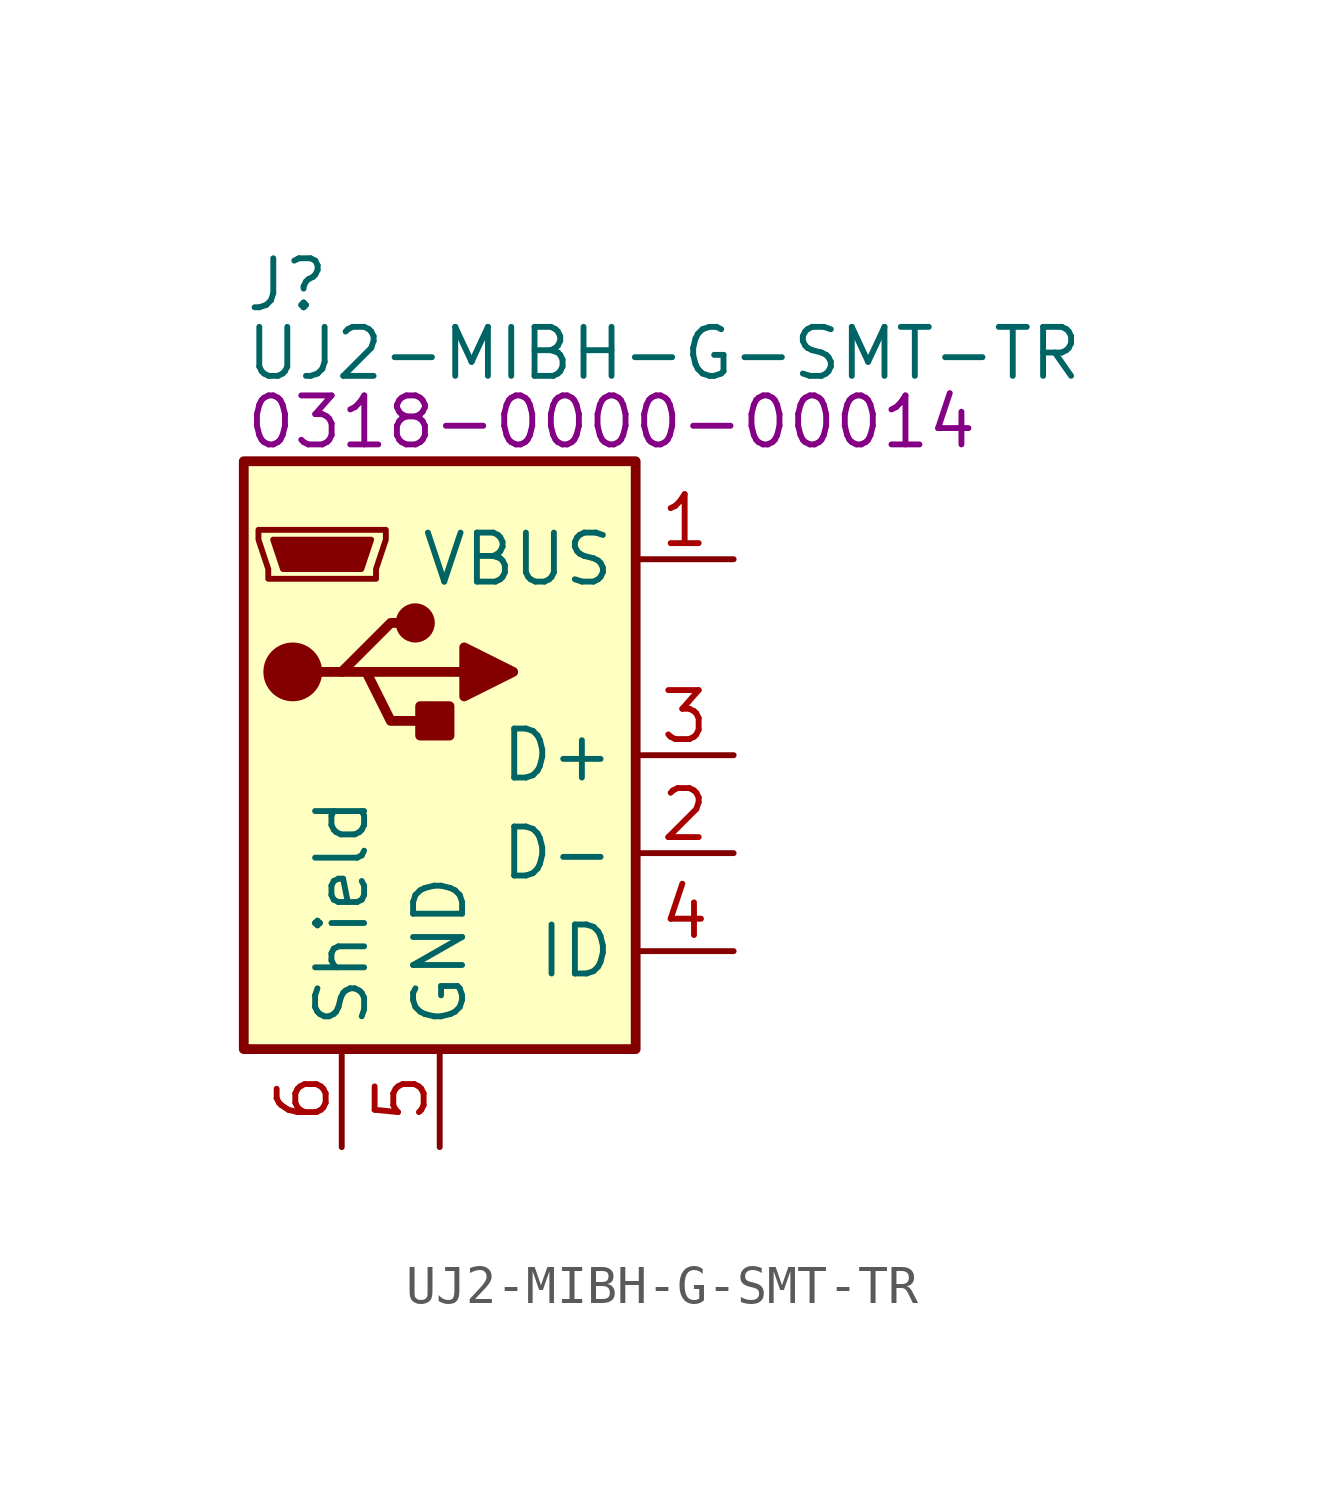
<source format=kicad_sym>
(kicad_symbol_lib
  (version 20231120)
  (generator "kicad_symbol_editor")
  (generator_version "8.0")
  (symbol "UJ2-MIBH-G-SMT-TR"
    (property "Reference" "J"
      (at 0 4.572 0)
      (effects (font (size 1.27 1.27)) (justify left)))
    (property "Value" "UJ2-MIBH-G-SMT-TR"
      (at 0 2.794 0)
      (effects (font (size 1.27 1.27)) (justify left)))
    (property "PartNumber" "0318-0000-00014"
      (at 0 1.016 0)
      (effects (font (size 1.27 1.27)) (justify left)))
    (symbol "UJ2-MIBH-G-SMT-TR_0_1"
      (polyline (pts (xy 3.175 -5.461) (xy 5.715 -5.461)) (stroke (width 0.254) (type default)) (fill (type none)))
      (polyline (pts (xy 1.905 -5.461) (xy 2.54 -5.461) (xy 3.81 -4.191) (xy 4.445 -4.191)) (stroke (width 0.254) (type default)) (fill (type none)))
      (polyline (pts (xy 2.54 -5.461) (xy 3.175 -5.461) (xy 3.81 -6.731) (xy 5.08 -6.731)) (stroke (width 0.254) (type default)) (fill (type none)))
      (polyline (pts (xy 5.715 -4.826) (xy 5.715 -6.096) (xy 6.985 -5.461) (xy 5.715 -4.826)) (stroke (width 0.254) (type default)) (fill (type outline)))
      (polyline (pts (xy 0.762 -2.032) (xy 3.302 -2.032) (xy 3.048 -2.794) (xy 1.016 -2.794) (xy 0.762 -2.032)) (stroke (width 0) (type default)) (fill (type outline)))
      (polyline (pts (xy 0.381 -1.778) (xy 0.381 -2.032) (xy 0.635 -2.794) (xy 0.635 -3.048) (xy 3.429 -3.048) (xy 3.429 -2.794) (xy 3.683 -2.032) (xy 3.683 -1.778) (xy 0.381 -1.778)) (stroke (width 0) (type default)) (fill (type none)))
      (rectangle (start 0 0) (end 10.16 -15.24) (stroke (width 0.254) (type default)) (fill (type background)))
      (circle (center 1.27 -5.461) (radius 0.635) (stroke (width 0.254) (type default)) (fill (type outline)))
      (circle (center 4.445 -4.191) (radius 0.381) (stroke (width 0.254) (type default)) (fill (type outline)))
      (rectangle (start 5.334 -6.35) (end 4.572 -7.112) (stroke (width 0.254) (type default)) (fill (type outline))))
    (symbol "UJ2-MIBH-G-SMT-TR_1_1"
      (pin power_out line (at 12.7 -2.54 180) (length 2.54) (name "VBUS" (effects (font (size 1.27 1.27)))) (number "1" (effects (font (size 1.27 1.27)))))
      (pin bidirectional line (at 12.7 -10.16 180) (length 2.54) (name "D-" (effects (font (size 1.27 1.27)))) (number "2" (effects (font (size 1.27 1.27)))))
      (pin bidirectional line (at 12.7 -7.62 180) (length 2.54) (name "D+" (effects (font (size 1.27 1.27)))) (number "3" (effects (font (size 1.27 1.27)))))
      (pin passive line (at 12.7 -12.7 180) (length 2.54) (name "ID" (effects (font (size 1.27 1.27)))) (number "4" (effects (font (size 1.27 1.27)))))
      (pin power_out line (at 5.08 -17.78 90) (length 2.54) (name "GND" (effects (font (size 1.27 1.27)))) (number "5" (effects (font (size 1.27 1.27)))))
      (pin passive line (at 2.54 -17.78 90) (length 2.54) (name "Shield" (effects (font (size 1.27 1.27)))) (number "6" (effects (font (size 1.27 1.27))))))))
</source>
